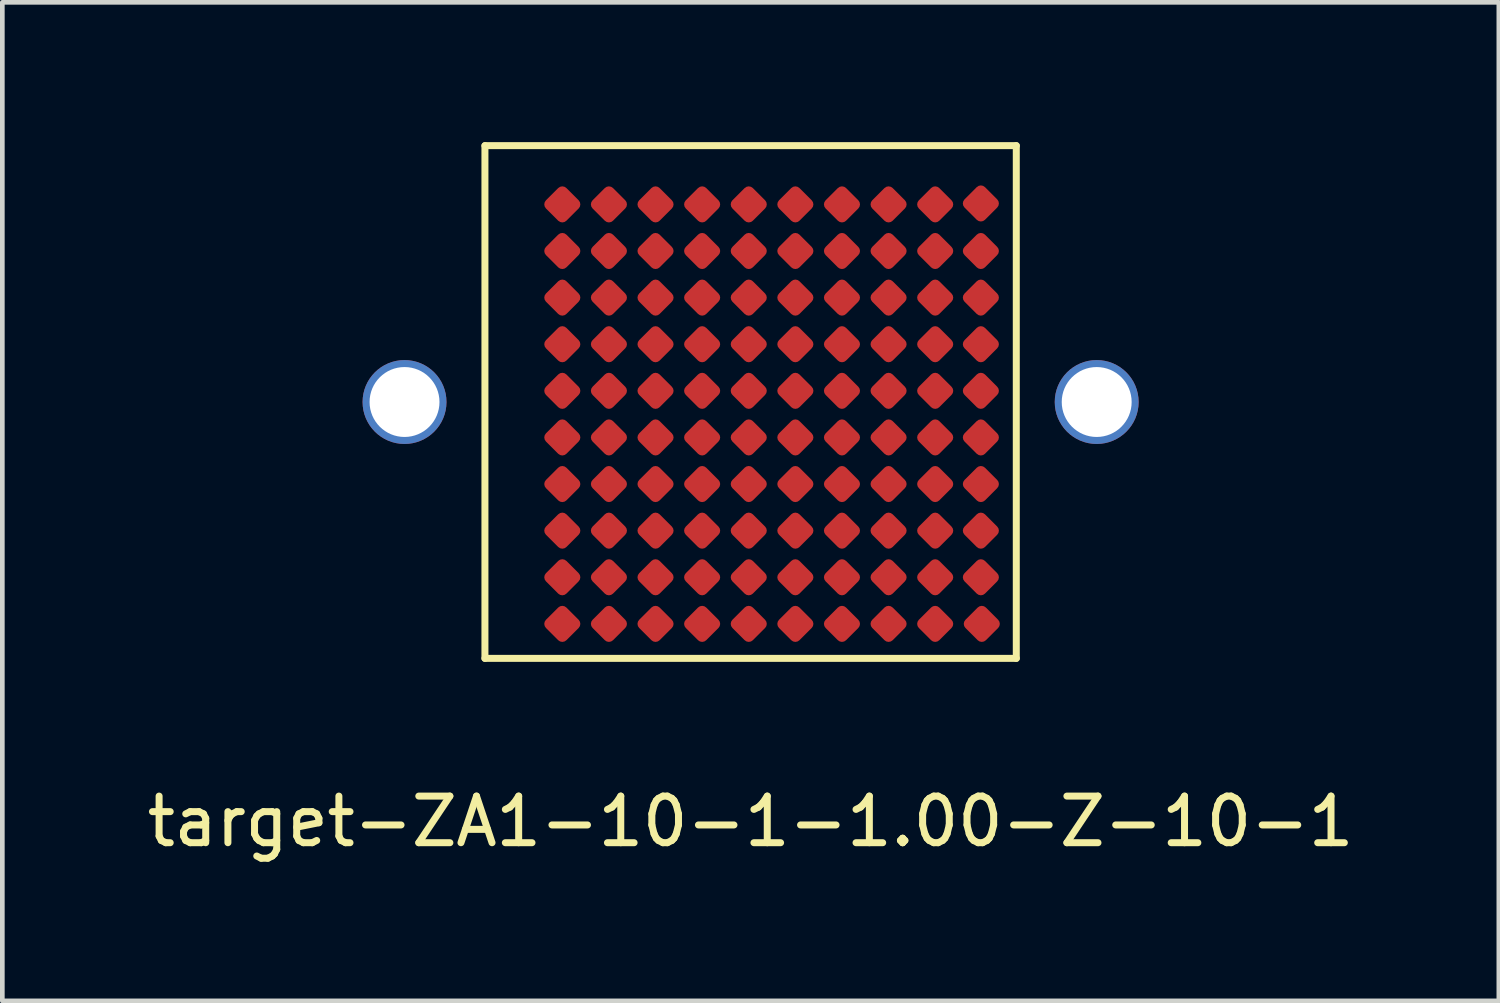
<source format=kicad_pcb>
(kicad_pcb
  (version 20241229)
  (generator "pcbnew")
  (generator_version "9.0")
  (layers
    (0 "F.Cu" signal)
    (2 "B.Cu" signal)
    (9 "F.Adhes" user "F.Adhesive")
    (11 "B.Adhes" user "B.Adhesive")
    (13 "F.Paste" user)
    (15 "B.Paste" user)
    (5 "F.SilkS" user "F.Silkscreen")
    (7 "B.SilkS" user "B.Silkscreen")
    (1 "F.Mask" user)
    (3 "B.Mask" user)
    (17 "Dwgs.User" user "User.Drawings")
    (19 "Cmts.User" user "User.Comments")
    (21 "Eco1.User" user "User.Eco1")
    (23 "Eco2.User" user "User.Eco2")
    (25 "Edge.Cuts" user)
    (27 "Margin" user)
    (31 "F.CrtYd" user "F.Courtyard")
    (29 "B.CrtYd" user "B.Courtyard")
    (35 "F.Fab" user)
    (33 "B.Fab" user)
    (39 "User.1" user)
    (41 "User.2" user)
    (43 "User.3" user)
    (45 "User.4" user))
  (footprint "target-ZA1-10-1-1.00-Z-10-1"
    (layer "F.Cu")
    (at 13.054 5.575)
    (property "Reference" "target-ZA1-10-1-1.00-Z-10-1" (at 0 9 0) (layer "F.SilkS") (effects (font (size 1 1) (thickness 0.15))))
    (attr through_hole)
    (fp_line (start -5.7 5.5) (end -5.7 -5.5) (stroke (width 0.15) (type solid)) (layer "F.SilkS"))
    (fp_line (start 5.7 -5.5) (end -5.7 -5.5) (stroke (width 0.15) (type solid)) (layer "F.SilkS"))
    (fp_line (start 5.7 5.5) (end -5.7 5.5) (stroke (width 0.15) (type solid)) (layer "F.SilkS"))
    (fp_line (start 5.7 5.5) (end 5.7 -5.5) (stroke (width 0.15) (type solid)) (layer "F.SilkS"))
    (pad "" thru_hole circle (at -7.425 0 45) (size 1.8 1.8) (drill 1.5) (layers "*.Cu" "*.Mask"))
    (pad "" thru_hole circle (at 7.425 0 45) (size 1.8 1.8) (drill 1.5) (layers "*.Cu" "*.Mask"))
    (pad "A1" smd roundrect (at -4.04 -4.24 45) (size 0.62 0.62) (layers "F.Cu" "F.Mask" "F.Paste") (roundrect_rratio 0.2))
    (pad "A2" smd roundrect (at -3.04 -4.24 45) (size 0.62 0.62) (layers "F.Cu" "F.Mask" "F.Paste") (roundrect_rratio 0.2))
    (pad "A3" smd roundrect (at -2.04 -4.24 45) (size 0.62 0.62) (layers "F.Cu" "F.Mask" "F.Paste") (roundrect_rratio 0.2))
    (pad "A4" smd roundrect (at -1.04 -4.24 45) (size 0.62 0.62) (layers "F.Cu" "F.Mask" "F.Paste") (roundrect_rratio 0.2))
    (pad "A5" smd roundrect (at -0.04 -4.24 45) (size 0.62 0.62) (layers "F.Cu" "F.Mask" "F.Paste") (roundrect_rratio 0.2))
    (pad "A6" smd roundrect (at 0.96 -4.24 45) (size 0.62 0.62) (layers "F.Cu" "F.Mask" "F.Paste") (roundrect_rratio 0.2))
    (pad "A7" smd roundrect (at 1.96 -4.24 45) (size 0.62 0.62) (layers "F.Cu" "F.Mask" "F.Paste") (roundrect_rratio 0.2))
    (pad "A8" smd roundrect (at 2.96 -4.24 45) (size 0.62 0.62) (layers "F.Cu" "F.Mask" "F.Paste") (roundrect_rratio 0.2))
    (pad "A9" smd roundrect (at 3.96 -4.24 45) (size 0.62 0.62) (layers "F.Cu" "F.Mask" "F.Paste") (roundrect_rratio 0.2))
    (pad "A10" smd roundrect (at 4.94 -4.26 45) (size 0.62 0.62) (layers "F.Cu" "F.Mask" "F.Paste") (roundrect_rratio 0.2))
    (pad "B1" smd roundrect (at -4.04 -3.24 45) (size 0.62 0.62) (layers "F.Cu" "F.Mask" "F.Paste") (roundrect_rratio 0.2))
    (pad "B2" smd roundrect (at -3.04 -3.24 45) (size 0.62 0.62) (layers "F.Cu" "F.Mask" "F.Paste") (roundrect_rratio 0.2))
    (pad "B3" smd roundrect (at -2.04 -3.24 45) (size 0.62 0.62) (layers "F.Cu" "F.Mask" "F.Paste") (roundrect_rratio 0.2))
    (pad "B4" smd roundrect (at -1.04 -3.24 45) (size 0.62 0.62) (layers "F.Cu" "F.Mask" "F.Paste") (roundrect_rratio 0.2))
    (pad "B5" smd roundrect (at -0.04 -3.24 45) (size 0.62 0.62) (layers "F.Cu" "F.Mask" "F.Paste") (roundrect_rratio 0.2))
    (pad "B6" smd roundrect (at 0.96 -3.24 45) (size 0.62 0.62) (layers "F.Cu" "F.Mask" "F.Paste") (roundrect_rratio 0.2))
    (pad "B7" smd roundrect (at 1.96 -3.24 45) (size 0.62 0.62) (layers "F.Cu" "F.Mask" "F.Paste") (roundrect_rratio 0.2))
    (pad "B8" smd roundrect (at 2.96 -3.24 45) (size 0.62 0.62) (layers "F.Cu" "F.Mask" "F.Paste") (roundrect_rratio 0.2))
    (pad "B9" smd roundrect (at 3.96 -3.24 45) (size 0.62 0.62) (layers "F.Cu" "F.Mask" "F.Paste") (roundrect_rratio 0.2))
    (pad "B10" smd roundrect (at 4.94 -3.24 45) (size 0.62 0.62) (layers "F.Cu" "F.Mask" "F.Paste") (roundrect_rratio 0.2))
    (pad "C1" smd roundrect (at -4.04 -2.24 45) (size 0.62 0.62) (layers "F.Cu" "F.Mask" "F.Paste") (roundrect_rratio 0.2))
    (pad "C2" smd roundrect (at -3.04 -2.24 45) (size 0.62 0.62) (layers "F.Cu" "F.Mask" "F.Paste") (roundrect_rratio 0.2))
    (pad "C3" smd roundrect (at -2.04 -2.24 45) (size 0.62 0.62) (layers "F.Cu" "F.Mask" "F.Paste") (roundrect_rratio 0.2))
    (pad "C4" smd roundrect (at -1.04 -2.24 45) (size 0.62 0.62) (layers "F.Cu" "F.Mask" "F.Paste") (roundrect_rratio 0.2))
    (pad "C5" smd roundrect (at -0.04 -2.24 45) (size 0.62 0.62) (layers "F.Cu" "F.Mask" "F.Paste") (roundrect_rratio 0.2))
    (pad "C6" smd roundrect (at 0.96 -2.24 45) (size 0.62 0.62) (layers "F.Cu" "F.Mask" "F.Paste") (roundrect_rratio 0.2))
    (pad "C7" smd roundrect (at 1.96 -2.24 45) (size 0.62 0.62) (layers "F.Cu" "F.Mask" "F.Paste") (roundrect_rratio 0.2))
    (pad "C8" smd roundrect (at 2.96 -2.24 45) (size 0.62 0.62) (layers "F.Cu" "F.Mask" "F.Paste") (roundrect_rratio 0.2))
    (pad "C9" smd roundrect (at 3.96 -2.24 45) (size 0.62 0.62) (layers "F.Cu" "F.Mask" "F.Paste") (roundrect_rratio 0.2))
    (pad "C10" smd roundrect (at 4.94 -2.24 45) (size 0.62 0.62) (layers "F.Cu" "F.Mask" "F.Paste") (roundrect_rratio 0.2))
    (pad "D1" smd roundrect (at -4.04 -1.24 45) (size 0.62 0.62) (layers "F.Cu" "F.Mask" "F.Paste") (roundrect_rratio 0.2))
    (pad "D2" smd roundrect (at -3.04 -1.24 45) (size 0.62 0.62) (layers "F.Cu" "F.Mask" "F.Paste") (roundrect_rratio 0.2))
    (pad "D3" smd roundrect (at -2.04 -1.24 45) (size 0.62 0.62) (layers "F.Cu" "F.Mask" "F.Paste") (roundrect_rratio 0.2))
    (pad "D4" smd roundrect (at -1.04 -1.24 45) (size 0.62 0.62) (layers "F.Cu" "F.Mask" "F.Paste") (roundrect_rratio 0.2))
    (pad "D5" smd roundrect (at -0.04 -1.24 45) (size 0.62 0.62) (layers "F.Cu" "F.Mask" "F.Paste") (roundrect_rratio 0.2))
    (pad "D6" smd roundrect (at 0.96 -1.24 45) (size 0.62 0.62) (layers "F.Cu" "F.Mask" "F.Paste") (roundrect_rratio 0.2))
    (pad "D7" smd roundrect (at 1.96 -1.24 45) (size 0.62 0.62) (layers "F.Cu" "F.Mask" "F.Paste") (roundrect_rratio 0.2))
    (pad "D8" smd roundrect (at 2.96 -1.24 45) (size 0.62 0.62) (layers "F.Cu" "F.Mask" "F.Paste") (roundrect_rratio 0.2))
    (pad "D9" smd roundrect (at 3.96 -1.24 45) (size 0.62 0.62) (layers "F.Cu" "F.Mask" "F.Paste") (roundrect_rratio 0.2))
    (pad "D10" smd roundrect (at 4.94 -1.24 45) (size 0.62 0.62) (layers "F.Cu" "F.Mask" "F.Paste") (roundrect_rratio 0.2))
    (pad "E1" smd roundrect (at -4.04 -0.24 45) (size 0.62 0.62) (layers "F.Cu" "F.Mask" "F.Paste") (roundrect_rratio 0.2))
    (pad "E2" smd roundrect (at -3.04 -0.24 45) (size 0.62 0.62) (layers "F.Cu" "F.Mask" "F.Paste") (roundrect_rratio 0.2))
    (pad "E3" smd roundrect (at -2.04 -0.24 45) (size 0.62 0.62) (layers "F.Cu" "F.Mask" "F.Paste") (roundrect_rratio 0.2))
    (pad "E4" smd roundrect (at -1.04 -0.24 45) (size 0.62 0.62) (layers "F.Cu" "F.Mask" "F.Paste") (roundrect_rratio 0.2))
    (pad "E5" smd roundrect (at -0.04 -0.24 45) (size 0.62 0.62) (layers "F.Cu" "F.Mask" "F.Paste") (roundrect_rratio 0.2))
    (pad "E6" smd roundrect (at 0.96 -0.24 45) (size 0.62 0.62) (layers "F.Cu" "F.Mask" "F.Paste") (roundrect_rratio 0.2))
    (pad "E7" smd roundrect (at 1.96 -0.24 45) (size 0.62 0.62) (layers "F.Cu" "F.Mask" "F.Paste") (roundrect_rratio 0.2))
    (pad "E8" smd roundrect (at 2.96 -0.24 45) (size 0.62 0.62) (layers "F.Cu" "F.Mask" "F.Paste") (roundrect_rratio 0.2))
    (pad "E9" smd roundrect (at 3.96 -0.24 45) (size 0.62 0.62) (layers "F.Cu" "F.Mask" "F.Paste") (roundrect_rratio 0.2))
    (pad "E10" smd roundrect (at 4.94 -0.24 45) (size 0.62 0.62) (layers "F.Cu" "F.Mask" "F.Paste") (roundrect_rratio 0.2))
    (pad "F1" smd roundrect (at -4.04 0.76 45) (size 0.62 0.62) (layers "F.Cu" "F.Mask" "F.Paste") (roundrect_rratio 0.2))
    (pad "F2" smd roundrect (at -3.04 0.76 45) (size 0.62 0.62) (layers "F.Cu" "F.Mask" "F.Paste") (roundrect_rratio 0.2))
    (pad "F3" smd roundrect (at -2.04 0.76 45) (size 0.62 0.62) (layers "F.Cu" "F.Mask" "F.Paste") (roundrect_rratio 0.2))
    (pad "F4" smd roundrect (at -1.04 0.76 45) (size 0.62 0.62) (layers "F.Cu" "F.Mask" "F.Paste") (roundrect_rratio 0.2))
    (pad "F5" smd roundrect (at -0.04 0.76 45) (size 0.62 0.62) (layers "F.Cu" "F.Mask" "F.Paste") (roundrect_rratio 0.2))
    (pad "F6" smd roundrect (at 0.96 0.76 45) (size 0.62 0.62) (layers "F.Cu" "F.Mask" "F.Paste") (roundrect_rratio 0.2))
    (pad "F7" smd roundrect (at 1.96 0.76 45) (size 0.62 0.62) (layers "F.Cu" "F.Mask" "F.Paste") (roundrect_rratio 0.2))
    (pad "F8" smd roundrect (at 2.96 0.76 45) (size 0.62 0.62) (layers "F.Cu" "F.Mask" "F.Paste") (roundrect_rratio 0.2))
    (pad "F9" smd roundrect (at 3.96 0.76 45) (size 0.62 0.62) (layers "F.Cu" "F.Mask" "F.Paste") (roundrect_rratio 0.2))
    (pad "F10" smd roundrect (at 4.94 0.76 45) (size 0.62 0.62) (layers "F.Cu" "F.Mask" "F.Paste") (roundrect_rratio 0.2))
    (pad "G1" smd roundrect (at -4.04 1.76 45) (size 0.62 0.62) (layers "F.Cu" "F.Mask" "F.Paste") (roundrect_rratio 0.2))
    (pad "G2" smd roundrect (at -3.04 1.76 45) (size 0.62 0.62) (layers "F.Cu" "F.Mask" "F.Paste") (roundrect_rratio 0.2))
    (pad "G3" smd roundrect (at -2.04 1.76 45) (size 0.62 0.62) (layers "F.Cu" "F.Mask" "F.Paste") (roundrect_rratio 0.2))
    (pad "G4" smd roundrect (at -1.04 1.76 45) (size 0.62 0.62) (layers "F.Cu" "F.Mask" "F.Paste") (roundrect_rratio 0.2))
    (pad "G5" smd roundrect (at -0.04 1.76 45) (size 0.62 0.62) (layers "F.Cu" "F.Mask" "F.Paste") (roundrect_rratio 0.2))
    (pad "G6" smd roundrect (at 0.96 1.76 45) (size 0.62 0.62) (layers "F.Cu" "F.Mask" "F.Paste") (roundrect_rratio 0.2))
    (pad "G7" smd roundrect (at 1.96 1.76 45) (size 0.62 0.62) (layers "F.Cu" "F.Mask" "F.Paste") (roundrect_rratio 0.2))
    (pad "G8" smd roundrect (at 2.96 1.76 45) (size 0.62 0.62) (layers "F.Cu" "F.Mask" "F.Paste") (roundrect_rratio 0.2))
    (pad "G9" smd roundrect (at 3.96 1.76 45) (size 0.62 0.62) (layers "F.Cu" "F.Mask" "F.Paste") (roundrect_rratio 0.2))
    (pad "G10" smd roundrect (at 4.94 1.76 45) (size 0.62 0.62) (layers "F.Cu" "F.Mask" "F.Paste") (roundrect_rratio 0.2))
    (pad "H1" smd roundrect (at -4.04 2.76 45) (size 0.62 0.62) (layers "F.Cu" "F.Mask" "F.Paste") (roundrect_rratio 0.2))
    (pad "H2" smd roundrect (at -3.04 2.76 45) (size 0.62 0.62) (layers "F.Cu" "F.Mask" "F.Paste") (roundrect_rratio 0.2))
    (pad "H3" smd roundrect (at -2.04 2.76 45) (size 0.62 0.62) (layers "F.Cu" "F.Mask" "F.Paste") (roundrect_rratio 0.2))
    (pad "H4" smd roundrect (at -1.04 2.76 45) (size 0.62 0.62) (layers "F.Cu" "F.Mask" "F.Paste") (roundrect_rratio 0.2))
    (pad "H5" smd roundrect (at -0.04 2.76 45) (size 0.62 0.62) (layers "F.Cu" "F.Mask" "F.Paste") (roundrect_rratio 0.2))
    (pad "H6" smd roundrect (at 0.96 2.76 45) (size 0.62 0.62) (layers "F.Cu" "F.Mask" "F.Paste") (roundrect_rratio 0.2))
    (pad "H7" smd roundrect (at 1.96 2.76 45) (size 0.62 0.62) (layers "F.Cu" "F.Mask" "F.Paste") (roundrect_rratio 0.2))
    (pad "H8" smd roundrect (at 2.96 2.76 45) (size 0.62 0.62) (layers "F.Cu" "F.Mask" "F.Paste") (roundrect_rratio 0.2))
    (pad "H9" smd roundrect (at 3.96 2.76 45) (size 0.62 0.62) (layers "F.Cu" "F.Mask" "F.Paste") (roundrect_rratio 0.2))
    (pad "H10" smd roundrect (at 4.94 2.76 45) (size 0.62 0.62) (layers "F.Cu" "F.Mask" "F.Paste") (roundrect_rratio 0.2))
    (pad "J1" smd roundrect (at -4.04 3.76 45) (size 0.62 0.62) (layers "F.Cu" "F.Mask" "F.Paste") (roundrect_rratio 0.2))
    (pad "J2" smd roundrect (at -3.04 3.76 45) (size 0.62 0.62) (layers "F.Cu" "F.Mask" "F.Paste") (roundrect_rratio 0.2))
    (pad "J3" smd roundrect (at -2.04 3.76 45) (size 0.62 0.62) (layers "F.Cu" "F.Mask" "F.Paste") (roundrect_rratio 0.2))
    (pad "J4" smd roundrect (at -1.04 3.76 45) (size 0.62 0.62) (layers "F.Cu" "F.Mask" "F.Paste") (roundrect_rratio 0.2))
    (pad "J5" smd roundrect (at -0.04 3.76 45) (size 0.62 0.62) (layers "F.Cu" "F.Mask" "F.Paste") (roundrect_rratio 0.2))
    (pad "J6" smd roundrect (at 0.96 3.76 45) (size 0.62 0.62) (layers "F.Cu" "F.Mask" "F.Paste") (roundrect_rratio 0.2))
    (pad "J7" smd roundrect (at 1.96 3.76 45) (size 0.62 0.62) (layers "F.Cu" "F.Mask" "F.Paste") (roundrect_rratio 0.2))
    (pad "J8" smd roundrect (at 2.96 3.76 45) (size 0.62 0.62) (layers "F.Cu" "F.Mask" "F.Paste") (roundrect_rratio 0.2))
    (pad "J9" smd roundrect (at 3.96 3.76 45) (size 0.62 0.62) (layers "F.Cu" "F.Mask" "F.Paste") (roundrect_rratio 0.2))
    (pad "J10" smd roundrect (at 4.94 3.76 45) (size 0.62 0.62) (layers "F.Cu" "F.Mask" "F.Paste") (roundrect_rratio 0.2))
    (pad "K1" smd roundrect (at -4.04 4.76 45) (size 0.62 0.62) (layers "F.Cu" "F.Mask" "F.Paste") (roundrect_rratio 0.2))
    (pad "K2" smd roundrect (at -3.04 4.76 45) (size 0.62 0.62) (layers "F.Cu" "F.Mask" "F.Paste") (roundrect_rratio 0.2))
    (pad "K3" smd roundrect (at -2.04 4.76 45) (size 0.62 0.62) (layers "F.Cu" "F.Mask" "F.Paste") (roundrect_rratio 0.2))
    (pad "K4" smd roundrect (at -1.04 4.76 45) (size 0.62 0.62) (layers "F.Cu" "F.Mask" "F.Paste") (roundrect_rratio 0.2))
    (pad "K5" smd roundrect (at -0.04 4.76 45) (size 0.62 0.62) (layers "F.Cu" "F.Mask" "F.Paste") (roundrect_rratio 0.2))
    (pad "K6" smd roundrect (at 0.96 4.76 45) (size 0.62 0.62) (layers "F.Cu" "F.Mask" "F.Paste") (roundrect_rratio 0.2))
    (pad "K7" smd roundrect (at 1.96 4.76 45) (size 0.62 0.62) (layers "F.Cu" "F.Mask" "F.Paste") (roundrect_rratio 0.2))
    (pad "K8" smd roundrect (at 2.96 4.76 45) (size 0.62 0.62) (layers "F.Cu" "F.Mask" "F.Paste") (roundrect_rratio 0.2))
    (pad "K9" smd roundrect (at 3.96 4.76 45) (size 0.62 0.62) (layers "F.Cu" "F.Mask" "F.Paste") (roundrect_rratio 0.2))
    (pad "K10" smd roundrect (at 4.96 4.76 45) (size 0.62 0.62) (layers "F.Cu" "F.Mask" "F.Paste") (roundrect_rratio 0.2)))
  (gr_rect
    (start -3 -3)
    (end 29.107 18.423)
    (stroke (width 0.1) (type default))
    (fill no)
    (layer "Edge.Cuts")))
</source>
